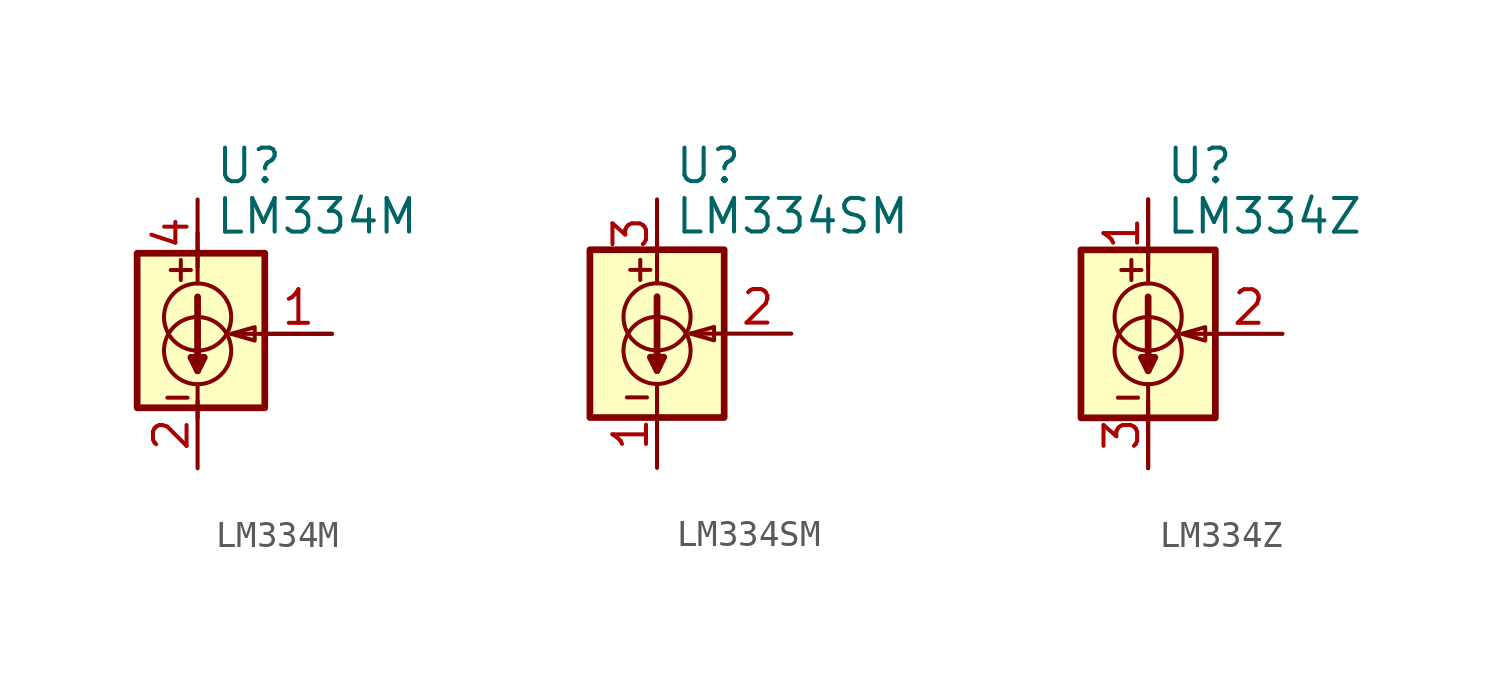
<source format=kicad_sym>
(kicad_symbol_lib
  (version 20231120)
  (generator "kicad_symbol_editor")
  (generator_version "8.0")
  (symbol "LM334M"
    (property "Reference" "U"
      (at 0.635 6.35 0)
      (effects (font (size 1.27 1.27)) (justify left)))
    (property "Value" "LM334M"
      (at 0.635 4.445 0)
      (effects (font (size 1.27 1.27)) (justify left)))
    (symbol "LM334M_0_1"
      (rectangle (start -2.286 3.048) (end 2.54 -2.794) (stroke (width 0.254) (type default)) (fill (type background)))
      (circle (center 0 -0.635) (radius 1.27) (stroke (width 0) (type default)) (fill (type none)))
      (polyline (pts (xy -1.143 -2.413) (xy -0.381 -2.413)) (stroke (width 0) (type default)) (fill (type none)))
      (polyline (pts (xy -1.016 2.413) (xy -0.254 2.413)) (stroke (width 0) (type default)) (fill (type none)))
      (polyline (pts (xy -0.635 2.794) (xy -0.635 2.032)) (stroke (width 0) (type default)) (fill (type none)))
      (polyline (pts (xy 0 -1.905) (xy 0 -3.175)) (stroke (width 0) (type default)) (fill (type none)))
      (polyline (pts (xy 0 1.397) (xy 0 -1.397)) (stroke (width 0.254) (type default)) (fill (type none)))
      (polyline (pts (xy 0 3.81) (xy 0 1.905)) (stroke (width 0) (type default)) (fill (type none)))
      (polyline (pts (xy 5.08 0) (xy 1.27 0)) (stroke (width 0) (type default)) (fill (type none)))
      (polyline (pts (xy 0 -1.397) (xy -0.254 -0.889) (xy 0.254 -0.889) (xy 0 -1.397)) (stroke (width 0.254) (type default)) (fill (type none)))
      (polyline (pts (xy 1.27 0) (xy 2.159 0.254) (xy 2.159 -0.254) (xy 1.27 0)) (stroke (width 0) (type default)) (fill (type none)))
      (circle (center 0 0.635) (radius 1.27) (stroke (width 0) (type default)) (fill (type none))))
    (symbol "LM334M_1_1"
      (pin passive line (at 5.08 0 180) (length 2.54) (name "~" (effects (font (size 1.27 1.27)))) (number "1" (effects (font (size 1.27 1.27)))))
      (pin passive line (at 0 -5.08 90) (length 2.54) (name "~" (effects (font (size 1.27 1.27)))) (number "2" (effects (font (size 1.27 1.27)))))
      (pin passive line (at 0 -5.08 90) (length 2.54) hide (name "~" (effects (font (size 1.27 1.27)))) (number "3" (effects (font (size 1.27 1.27)))))
      (pin passive line (at 0 5.08 270) (length 2.54) (name "~" (effects (font (size 1.27 1.27)))) (number "4" (effects (font (size 1.27 1.27)))))
      (pin passive line (at 0 -5.08 90) (length 2.54) hide (name "~" (effects (font (size 1.27 1.27)))) (number "6" (effects (font (size 1.27 1.27)))))
      (pin passive line (at 0 -5.08 90) (length 2.54) hide (name "~" (effects (font (size 1.27 1.27)))) (number "7" (effects (font (size 1.27 1.27)))))))
  (symbol "LM334SM"
    (property "Reference" "U"
      (at 0.635 6.35 0)
      (effects (font (size 1.27 1.27)) (justify left)))
    (property "Value" "LM334SM"
      (at 0.635 4.445 0)
      (effects (font (size 1.27 1.27)) (justify left)))
    (symbol "LM334SM_0_1"
      (rectangle (start -2.54 3.175) (end 2.54 -3.175) (stroke (width 0.254) (type default)) (fill (type background)))
      (circle (center 0 -0.635) (radius 1.27) (stroke (width 0) (type default)) (fill (type none)))
      (polyline (pts (xy -1.143 -2.413) (xy -0.381 -2.413)) (stroke (width 0) (type default)) (fill (type none)))
      (polyline (pts (xy -1.016 2.413) (xy -0.254 2.413)) (stroke (width 0) (type default)) (fill (type none)))
      (polyline (pts (xy -0.635 2.794) (xy -0.635 2.032)) (stroke (width 0) (type default)) (fill (type none)))
      (polyline (pts (xy 0 -1.905) (xy 0 -3.81)) (stroke (width 0) (type default)) (fill (type none)))
      (polyline (pts (xy 0 1.397) (xy 0 -1.397)) (stroke (width 0.254) (type default)) (fill (type none)))
      (polyline (pts (xy 0 3.81) (xy 0 1.905)) (stroke (width 0) (type default)) (fill (type none)))
      (polyline (pts (xy 2.54 0) (xy 1.27 0)) (stroke (width 0) (type default)) (fill (type none)))
      (polyline (pts (xy 0 -1.397) (xy -0.254 -0.889) (xy 0.254 -0.889) (xy 0 -1.397)) (stroke (width 0.254) (type default)) (fill (type none)))
      (polyline (pts (xy 1.27 0) (xy 2.159 0.254) (xy 2.159 -0.254) (xy 1.27 0)) (stroke (width 0) (type default)) (fill (type none)))
      (circle (center 0 0.635) (radius 1.27) (stroke (width 0) (type default)) (fill (type none))))
    (symbol "LM334SM_1_1"
      (pin passive line (at 0 -5.08 90) (length 2.54) (name "~" (effects (font (size 1.27 1.27)))) (number "1" (effects (font (size 1.27 1.27)))))
      (pin passive line (at 5.08 0 180) (length 2.54) (name "~" (effects (font (size 1.27 1.27)))) (number "2" (effects (font (size 1.27 1.27)))))
      (pin passive line (at 0 5.08 270) (length 2.54) (name "~" (effects (font (size 1.27 1.27)))) (number "3" (effects (font (size 1.27 1.27)))))))
  (symbol "LM334Z"
    (property "Reference" "U"
      (at 0.635 6.35 0)
      (effects (font (size 1.27 1.27)) (justify left)))
    (property "Value" "LM334Z"
      (at 0.635 4.445 0)
      (effects (font (size 1.27 1.27)) (justify left)))
    (symbol "LM334Z_0_1"
      (rectangle (start -2.54 3.175) (end 2.54 -3.175) (stroke (width 0.254) (type default)) (fill (type background)))
      (circle (center 0 -0.635) (radius 1.27) (stroke (width 0) (type default)) (fill (type none)))
      (polyline (pts (xy -1.143 -2.413) (xy -0.381 -2.413)) (stroke (width 0) (type default)) (fill (type none)))
      (polyline (pts (xy -1.016 2.413) (xy -0.254 2.413)) (stroke (width 0) (type default)) (fill (type none)))
      (polyline (pts (xy -0.635 2.794) (xy -0.635 2.032)) (stroke (width 0) (type default)) (fill (type none)))
      (polyline (pts (xy 0 -1.905) (xy 0 -5.08)) (stroke (width 0) (type default)) (fill (type none)))
      (polyline (pts (xy 0 1.397) (xy 0 -1.397)) (stroke (width 0.254) (type default)) (fill (type none)))
      (polyline (pts (xy 0 5.08) (xy 0 1.905)) (stroke (width 0) (type default)) (fill (type none)))
      (polyline (pts (xy 2.54 0) (xy 1.27 0)) (stroke (width 0) (type default)) (fill (type none)))
      (polyline (pts (xy 0 -1.397) (xy -0.254 -0.889) (xy 0.254 -0.889) (xy 0 -1.397)) (stroke (width 0.254) (type default)) (fill (type none)))
      (polyline (pts (xy 1.27 0) (xy 2.159 0.254) (xy 2.159 -0.254) (xy 1.27 0)) (stroke (width 0) (type default)) (fill (type none)))
      (circle (center 0 0.635) (radius 1.27) (stroke (width 0) (type default)) (fill (type none))))
    (symbol "LM334Z_1_1"
      (pin passive line (at 0 5.08 270) (length 2.54) (name "~" (effects (font (size 1.27 1.27)))) (number "1" (effects (font (size 1.27 1.27)))))
      (pin passive line (at 5.08 0 180) (length 2.54) (name "~" (effects (font (size 1.27 1.27)))) (number "2" (effects (font (size 1.27 1.27)))))
      (pin passive line (at 0 -5.08 90) (length 2.54) (name "~" (effects (font (size 1.27 1.27)))) (number "3" (effects (font (size 1.27 1.27))))))))
</source>
